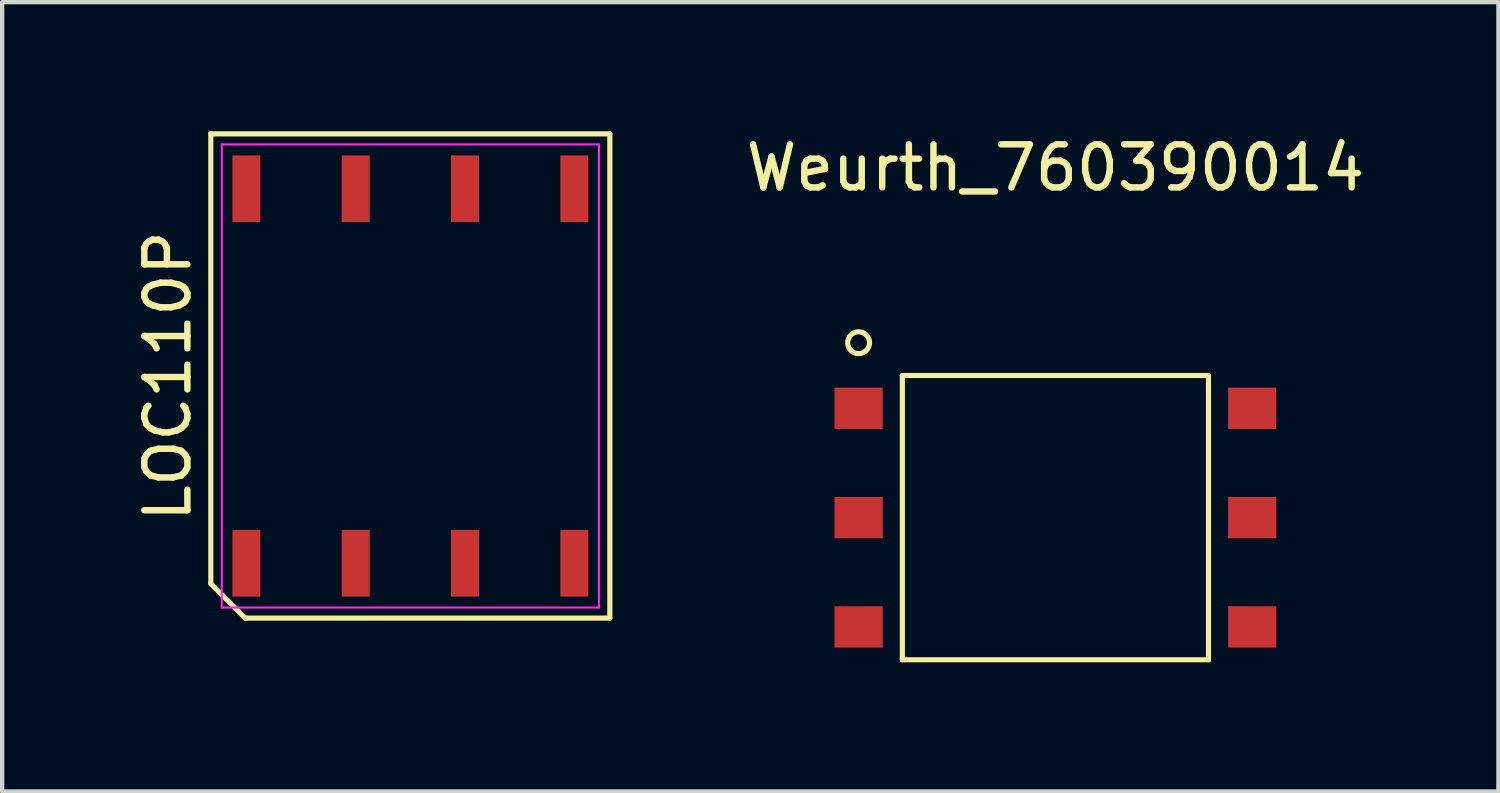
<source format=kicad_pcb>
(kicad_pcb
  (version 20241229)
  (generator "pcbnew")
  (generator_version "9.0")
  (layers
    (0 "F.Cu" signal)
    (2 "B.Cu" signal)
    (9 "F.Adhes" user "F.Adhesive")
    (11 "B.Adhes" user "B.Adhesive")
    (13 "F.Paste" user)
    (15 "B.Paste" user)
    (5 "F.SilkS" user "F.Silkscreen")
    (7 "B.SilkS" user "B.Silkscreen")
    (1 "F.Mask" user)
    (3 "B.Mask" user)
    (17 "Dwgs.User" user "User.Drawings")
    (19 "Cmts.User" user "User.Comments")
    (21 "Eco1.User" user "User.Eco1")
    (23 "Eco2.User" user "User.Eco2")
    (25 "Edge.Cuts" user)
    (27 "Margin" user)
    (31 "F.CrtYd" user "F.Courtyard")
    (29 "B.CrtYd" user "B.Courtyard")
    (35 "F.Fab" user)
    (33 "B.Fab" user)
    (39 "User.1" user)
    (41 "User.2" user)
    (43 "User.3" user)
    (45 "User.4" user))
  (footprint "LOC110P"
    (layer "F.Cu")
    (at 6.483 5.685)
    (property "Reference" "LOC110P" (at -5.635 0 90) (layer "F.SilkS") (effects (font (size 1 1) (thickness 0.15))))
    (attr smd)
    (fp_line (start -4.635 -5.625) (end 4.635 -5.625) (stroke (width 0.12) (type solid)) (layer "F.SilkS"))
    (fp_line (start -4.635 4.825) (end -4.635 -5.625) (stroke (width 0.12) (type solid)) (layer "F.SilkS"))
    (fp_line (start -3.835 5.625) (end -4.635 4.825) (stroke (width 0.12) (type solid)) (layer "F.SilkS"))
    (fp_line (start 4.635 -5.625) (end 4.635 5.625) (stroke (width 0.12) (type solid)) (layer "F.SilkS"))
    (fp_line (start 4.635 5.625) (end -3.835 5.625) (stroke (width 0.12) (type solid)) (layer "F.SilkS"))
    (fp_line (start -4.38 -5.38) (end 4.38 -5.38) (stroke (width 0.05) (type solid)) (layer "F.CrtYd"))
    (fp_line (start -4.38 5.38) (end -4.38 -5.38) (stroke (width 0.05) (type solid)) (layer "F.CrtYd"))
    (fp_line (start 4.38 -5.38) (end 4.38 5.38) (stroke (width 0.05) (type solid)) (layer "F.CrtYd"))
    (fp_line (start 4.38 5.38) (end -4.38 5.38) (stroke (width 0.05) (type solid)) (layer "F.CrtYd"))
    (pad "1" smd rect (at -3.81 4.35) (size 0.65 1.55) (layers "F.Cu" "F.Mask" "F.Paste"))
    (pad "2" smd rect (at -1.27 4.35) (size 0.65 1.55) (layers "F.Cu" "F.Mask" "F.Paste"))
    (pad "3" smd rect (at 1.27 4.35) (size 0.65 1.55) (layers "F.Cu" "F.Mask" "F.Paste"))
    (pad "4" smd rect (at 3.81 4.35) (size 0.65 1.55) (layers "F.Cu" "F.Mask" "F.Paste"))
    (pad "5" smd rect (at 3.81 -4.35) (size 0.65 1.55) (layers "F.Cu" "F.Mask" "F.Paste"))
    (pad "6" smd rect (at 1.27 -4.35) (size 0.65 1.55) (layers "F.Cu" "F.Mask" "F.Paste"))
    (pad "7" smd rect (at -1.27 -4.35) (size 0.65 1.55) (layers "F.Cu" "F.Mask" "F.Paste"))
    (pad "8" smd rect (at -3.81 -4.35) (size 0.65 1.55) (layers "F.Cu" "F.Mask" "F.Paste")))
  (footprint "Weurth_760390014"
    (layer "F.Cu")
    (at 21.47 8.976)
    (property "Reference" "Weurth_760390014" (at 0 -8.128 0) (layer "F.SilkS") (effects (font (size 1 1) (thickness 0.15))))
    (attr through_hole)
    (fp_line (start -3.556 -3.302) (end -3.556 3.302) (stroke (width 0.12) (type solid)) (layer "F.SilkS"))
    (fp_line (start -3.556 3.302) (end 3.556 3.302) (stroke (width 0.12) (type solid)) (layer "F.SilkS"))
    (fp_line (start 3.556 -3.302) (end -3.556 -3.302) (stroke (width 0.12) (type solid)) (layer "F.SilkS"))
    (fp_line (start 3.556 3.302) (end 3.556 -3.302) (stroke (width 0.12) (type solid)) (layer "F.SilkS"))
    (fp_circle (center -4.572 -4.064) (end -4.318 -4.064) (stroke (width 0.12) (type solid)) (fill no) (layer "F.SilkS"))
    (pad "1" smd rect (at -4.572 -2.54) (size 1.12 0.96) (layers "F.Cu" "F.Mask" "F.Paste"))
    (pad "2" smd rect (at -4.572 0) (size 1.12 0.96) (layers "F.Cu" "F.Mask" "F.Paste"))
    (pad "3" smd rect (at -4.572 2.54) (size 1.12 0.96) (layers "F.Cu" "F.Mask" "F.Paste"))
    (pad "4" smd rect (at 4.572 2.54) (size 1.12 0.96) (layers "F.Cu" "F.Mask" "F.Paste"))
    (pad "5" smd rect (at 4.572 0) (size 1.12 0.96) (layers "F.Cu" "F.Mask" "F.Paste"))
    (pad "6" smd rect (at 4.572 -2.54) (size 1.12 0.96) (layers "F.Cu" "F.Mask" "F.Paste")))
  (gr_rect
    (start -3 -3)
    (end 31.762 15.338)
    (stroke (width 0.1) (type default))
    (fill no)
    (layer "Edge.Cuts")))
</source>
